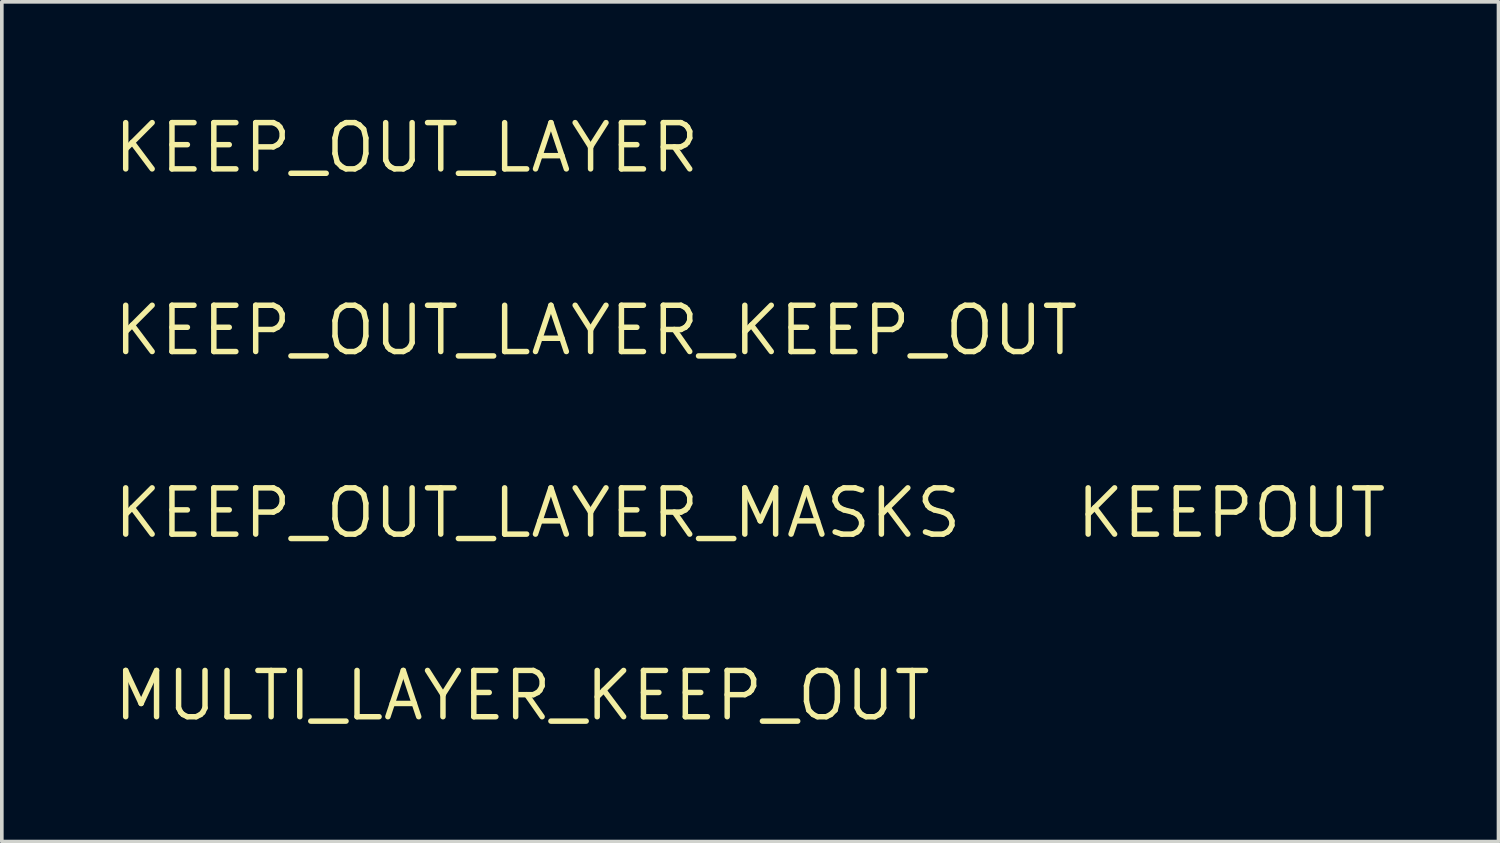
<source format=kicad_pcb>
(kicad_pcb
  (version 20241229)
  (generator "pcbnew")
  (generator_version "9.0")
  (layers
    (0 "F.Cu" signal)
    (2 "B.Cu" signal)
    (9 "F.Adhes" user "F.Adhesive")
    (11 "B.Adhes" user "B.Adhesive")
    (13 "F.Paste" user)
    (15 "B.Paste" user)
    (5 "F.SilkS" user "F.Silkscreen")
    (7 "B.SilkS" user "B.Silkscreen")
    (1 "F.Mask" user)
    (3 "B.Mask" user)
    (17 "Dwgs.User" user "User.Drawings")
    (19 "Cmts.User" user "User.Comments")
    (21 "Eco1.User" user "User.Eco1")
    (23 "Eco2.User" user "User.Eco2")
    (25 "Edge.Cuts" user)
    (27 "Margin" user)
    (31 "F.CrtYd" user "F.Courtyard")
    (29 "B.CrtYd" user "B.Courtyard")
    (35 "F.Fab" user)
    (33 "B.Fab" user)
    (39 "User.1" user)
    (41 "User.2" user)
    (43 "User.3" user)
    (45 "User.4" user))
  (footprint "KEEP_OUT_LAYER_MASKS"
    (layer "F.Cu")
    (at 11.709 11.031)
    (property "Reference" "KEEP_OUT_LAYER_MASKS" (at 0 0 0) (layer "F.SilkS") (effects (font (size 1.27 1.27) (thickness 0.15))))
    (zone (net_name "") (layers "F.Cu" "B.Cu") (hatch edge 0.508) (connect_pads) (min_thickness 0.254) (filled_areas_thickness no) (keepout (tracks allowed) (vias allowed) (pads allowed) (copperpour allowed) (footprints allowed)) (placement (enabled no)) (fill) (polygon (pts (xy 12.38 10.909) (xy 12.44 10.948) (xy 12.47 11.013) (xy 12.46 11.084) (xy 12.413 11.138) (xy 12.344 11.158) (xy 11.709 11.158) (xy 11.674 11.153) (xy 11.613 11.114) (xy 11.584 11.049) (xy 11.594 10.978) (xy 11.641 10.924) (xy 11.709 10.904) (xy 12.344 10.904))))
    (zone (net_name "") (layers "F.Cu" "B.Cu") (hatch edge 0.508) (connect_pads) (min_thickness 0.254) (filled_areas_thickness no) (keepout (tracks allowed) (vias allowed) (pads allowed) (copperpour allowed) (footprints allowed)) (placement (enabled no)) (fill) (polygon (pts (xy 12.665 10.539) (xy 12.734 10.523) (xy 12.802 10.548) (xy 12.844 10.606) (xy 12.85 10.677) (xy 12.815 10.74) (xy 12.434 11.121) (xy 12.405 11.142) (xy 12.335 11.158) (xy 12.268 11.133) (xy 12.225 11.075) (xy 12.22 11.004) (xy 12.255 10.941) (xy 12.636 10.56)))))
  (footprint "KEEP_OUT_LAYER"
    (layer "F.Cu")
    (at 8.111 1.006)
    (property "Reference" "KEEP_OUT_LAYER" (at 0 0 0) (layer "F.SilkS") (effects (font (size 1.27 1.27) (thickness 0.15))))
    (zone (net_name "") (layers "F.Cu" "B.Cu") (hatch edge 0.508) (connect_pads) (min_thickness 0.254) (filled_areas_thickness no) (keepout (tracks allowed) (vias allowed) (pads allowed) (copperpour allowed) (footprints allowed)) (placement (enabled no)) (fill) (polygon (pts (xy 8.782 0.884) (xy 8.842 0.923) (xy 8.872 0.988) (xy 8.862 1.059) (xy 8.815 1.113) (xy 8.746 1.133) (xy 8.111 1.133) (xy 8.075 1.128) (xy 8.015 1.089) (xy 7.985 1.024) (xy 7.996 0.953) (xy 8.042 0.899) (xy 8.111 0.879) (xy 8.746 0.879)))))
  (footprint "KEEP_OUT_LAYER_KEEP_OUT"
    (layer "F.Cu")
    (at 13.312 6.019)
    (property "Reference" "KEEP_OUT_LAYER_KEEP_OUT" (at 0 0 0) (layer "F.SilkS") (effects (font (size 1.27 1.27) (thickness 0.15))))
    (zone (net_name "") (layers "F.Cu" "B.Cu") (hatch edge 0.508) (connect_pads) (min_thickness 0.254) (filled_areas_thickness no) (keepout (tracks not_allowed) (vias not_allowed) (pads not_allowed) (copperpour not_allowed) (footprints allowed)) (placement (enabled no)) (fill) (polygon (pts (xy 13.983 5.897) (xy 14.043 5.935) (xy 14.073 6.001) (xy 14.063 6.071) (xy 14.016 6.125) (xy 13.947 6.146) (xy 13.312 6.146) (xy 13.276 6.14) (xy 13.216 6.102) (xy 13.186 6.037) (xy 13.197 5.966) (xy 13.243 5.912) (xy 13.312 5.892) (xy 13.947 5.892)))))
  (footprint "MULTI_LAYER_KEEP_OUT"
    (layer "F.Cu")
    (at 11.286 16.043)
    (property "Reference" "MULTI_LAYER_KEEP_OUT" (at 0 0 0) (layer "F.SilkS") (effects (font (size 1.27 1.27) (thickness 0.15))))
    (zone (net_name "") (layers "F.Cu" "B.Cu") (hatch edge 0.508) (connect_pads) (min_thickness 0.254) (filled_areas_thickness no) (keepout (tracks not_allowed) (vias not_allowed) (pads not_allowed) (copperpour not_allowed) (footprints allowed)) (placement (enabled no)) (fill) (polygon (pts (xy 11.957 15.922) (xy 12.017 15.96) (xy 12.047 16.025) (xy 12.037 16.096) (xy 11.99 16.15) (xy 11.921 16.17) (xy 11.286 16.17) (xy 11.25 16.165) (xy 11.19 16.127) (xy 11.16 16.061) (xy 11.171 15.991) (xy 11.217 15.937) (xy 11.286 15.916) (xy 11.921 15.916)))))
  (footprint "KEEPOUT"
    (layer "F.Cu")
    (at 30.75 11.031)
    (property "Reference" "KEEPOUT" (at 0 0 0) (layer "F.SilkS") (effects (font (size 1.27 1.27) (thickness 0.15))))
    (zone (net_name "") (layer "F.Cu") (hatch edge 0.508) (connect_pads) (min_thickness 0.254) (filled_areas_thickness no) (keepout (tracks not_allowed) (vias not_allowed) (pads not_allowed) (copperpour not_allowed) (footprints allowed)) (placement (enabled no)) (fill) (polygon (pts (xy 31.421 10.909) (xy 31.481 10.948) (xy 31.511 11.013) (xy 31.501 11.084) (xy 31.454 11.138) (xy 31.385 11.158) (xy 30.75 11.158) (xy 30.714 11.153) (xy 30.654 11.114) (xy 30.624 11.049) (xy 30.635 10.978) (xy 30.682 10.924) (xy 30.75 10.904) (xy 31.385 10.904))))
    (zone (net_name "") (layer "B.Cu") (hatch edge 0.508) (connect_pads) (min_thickness 0.254) (filled_areas_thickness no) (keepout (tracks not_allowed) (vias not_allowed) (pads not_allowed) (copperpour not_allowed) (footprints allowed)) (placement (enabled no)) (fill) (polygon (pts (xy 31.705 10.539) (xy 31.775 10.523) (xy 31.842 10.548) (xy 31.885 10.606) (xy 31.89 10.677) (xy 31.856 10.74) (xy 31.475 11.121) (xy 31.446 11.142) (xy 31.376 11.158) (xy 31.309 11.133) (xy 31.266 11.075) (xy 31.261 11.004) (xy 31.295 10.941) (xy 31.676 10.56)))))
  (gr_rect
    (start -3 -3)
    (end 38.082 20.05)
    (stroke (width 0.1) (type default))
    (fill no)
    (layer "Edge.Cuts")))
</source>
